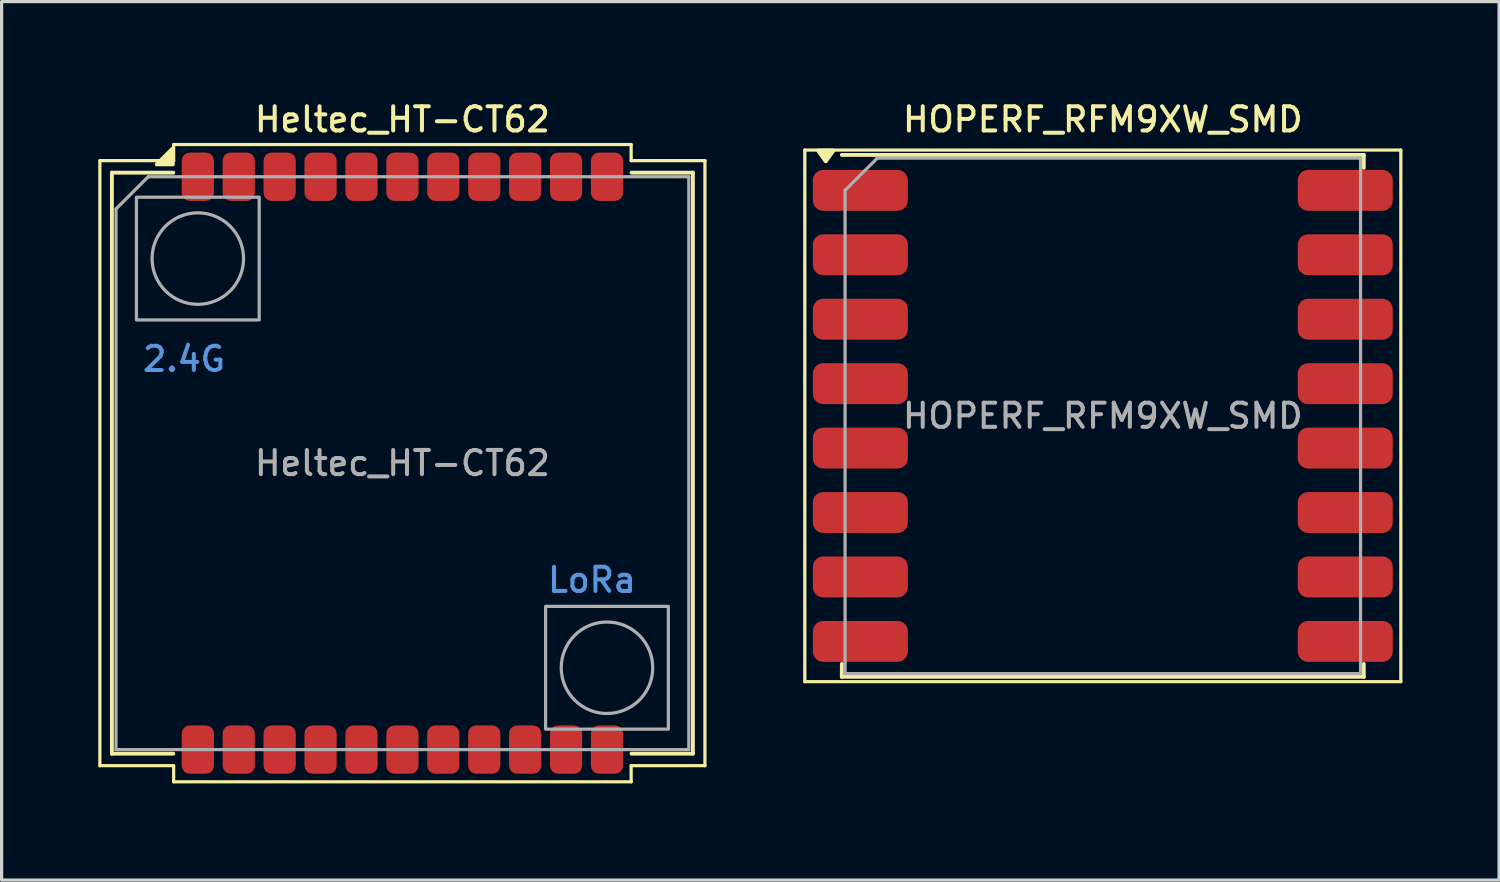
<source format=kicad_pcb>
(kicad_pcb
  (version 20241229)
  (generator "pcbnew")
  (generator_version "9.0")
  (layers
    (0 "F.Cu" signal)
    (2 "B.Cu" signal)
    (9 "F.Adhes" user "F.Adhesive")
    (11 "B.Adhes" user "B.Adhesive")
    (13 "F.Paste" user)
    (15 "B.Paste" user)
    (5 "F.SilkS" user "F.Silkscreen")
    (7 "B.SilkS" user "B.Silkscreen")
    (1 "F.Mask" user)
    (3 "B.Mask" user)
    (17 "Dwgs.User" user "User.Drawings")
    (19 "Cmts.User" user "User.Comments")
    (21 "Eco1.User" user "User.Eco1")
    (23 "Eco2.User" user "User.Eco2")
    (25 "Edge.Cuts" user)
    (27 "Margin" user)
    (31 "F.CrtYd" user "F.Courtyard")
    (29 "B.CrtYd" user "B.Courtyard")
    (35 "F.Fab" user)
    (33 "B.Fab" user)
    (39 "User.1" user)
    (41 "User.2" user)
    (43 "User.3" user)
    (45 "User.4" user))
  (footprint "Heltec_HT-CT62"
    (layer "F.Cu")
    (at 9.44 11.326)
    (property "Reference" "Heltec_HT-CT62" (at 0 -10.668 0) (layer "F.SilkS") (effects (font (size 0.75 0.75) (thickness 0.125))))
    (attr smd)
    (fp_line (start -9.39 -9.39) (end -7.1 -9.39) (stroke (width 0.1) (type default)) (layer "F.SilkS"))
    (fp_line (start -9.39 9.39) (end -9.39 -9.39) (stroke (width 0.1) (type default)) (layer "F.SilkS"))
    (fp_line (start -9.017 -9.017) (end -9.017 9.017) (stroke (width 0.12) (type default)) (layer "F.SilkS"))
    (fp_line (start -9.017 9.017) (end -7.112 9.017) (stroke (width 0.12) (type default)) (layer "F.SilkS"))
    (fp_line (start -7.112 -9.017) (end -9.017 -9.017) (stroke (width 0.12) (type default)) (layer "F.SilkS"))
    (fp_line (start -7.1 -9.89) (end 7.1 -9.89) (stroke (width 0.1) (type default)) (layer "F.SilkS"))
    (fp_line (start -7.1 -9.39) (end -7.1 -9.89) (stroke (width 0.1) (type default)) (layer "F.SilkS"))
    (fp_line (start -7.1 9.39) (end -9.39 9.39) (stroke (width 0.1) (type default)) (layer "F.SilkS"))
    (fp_line (start -7.1 9.89) (end -7.1 9.39) (stroke (width 0.1) (type default)) (layer "F.SilkS"))
    (fp_line (start 7.1 -9.89) (end 7.1 -9.39) (stroke (width 0.1) (type default)) (layer "F.SilkS"))
    (fp_line (start 7.1 -9.39) (end 9.39 -9.39) (stroke (width 0.1) (type default)) (layer "F.SilkS"))
    (fp_line (start 7.1 9.39) (end 7.1 9.89) (stroke (width 0.1) (type default)) (layer "F.SilkS"))
    (fp_line (start 7.1 9.89) (end -7.1 9.89) (stroke (width 0.1) (type default)) (layer "F.SilkS"))
    (fp_line (start 7.112 -9.017) (end 9.017 -9.017) (stroke (width 0.12) (type default)) (layer "F.SilkS"))
    (fp_line (start 9.017 -9.017) (end 9.017 9.017) (stroke (width 0.12) (type default)) (layer "F.SilkS"))
    (fp_line (start 9.017 9.017) (end 7.112 9.017) (stroke (width 0.12) (type default)) (layer "F.SilkS"))
    (fp_line (start 9.39 -9.39) (end 9.39 9.39) (stroke (width 0.1) (type default)) (layer "F.SilkS"))
    (fp_line (start 9.39 9.39) (end 7.1 9.39) (stroke (width 0.1) (type default)) (layer "F.SilkS"))
    (fp_poly (pts (xy -7.125 -9.275) (xy -7.625 -9.275) (xy -7.125 -9.775) (xy -7.125 -9.275)) (stroke (width 0.12) (type solid)) (fill yes) (layer "F.SilkS"))
    (fp_line (start -8.89 -7.89) (end -8.89 8.89) (stroke (width 0.1) (type default)) (layer "F.Fab"))
    (fp_line (start -7.89 -8.89) (end -8.89 -7.89) (stroke (width 0.1) (type default)) (layer "F.Fab"))
    (fp_line (start -7.89 -8.89) (end 8.89 -8.89) (stroke (width 0.1) (type default)) (layer "F.Fab"))
    (fp_line (start 8.89 -8.89) (end 8.89 8.89) (stroke (width 0.1) (type default)) (layer "F.Fab"))
    (fp_line (start 8.89 8.89) (end -8.89 8.89) (stroke (width 0.1) (type default)) (layer "F.Fab"))
    (fp_rect (start -8.255 -8.255) (end -4.445 -4.445) (stroke (width 0.1) (type default)) (fill no) (layer "F.Fab"))
    (fp_rect (start 8.255 4.445) (end 4.445 8.255) (stroke (width 0.1) (type default)) (fill no) (layer "F.Fab"))
    (fp_circle (center -6.35 -6.35) (end -6.985 -5.08) (stroke (width 0.1) (type default)) (fill no) (layer "F.Fab"))
    (fp_circle (center 6.35 6.35) (end 5.715 7.62) (stroke (width 0.1) (type default)) (fill no) (layer "F.Fab"))
    (fp_text user "2.4G" (at -8.128 -2.794 0) (unlocked yes) (layer "Cmts.User") (effects (font (size 0.75 0.75) (thickness 0.125)) (justify left bottom)))
    (fp_text user "LoRa" (at 4.445 4.064 0) (unlocked yes) (layer "Cmts.User") (effects (font (size 0.75 0.75) (thickness 0.125)) (justify left bottom)))
    (fp_text user "${REFERENCE}" (at 0 0 0) (layer "F.Fab") (effects (font (size 0.75 0.75) (thickness 0.125))))
    (pad "1" smd roundrect (at -6.35 -8.89) (size 1 1.5) (layers "F.Cu" "F.Mask" "F.Paste") (roundrect_rratio 0.25))
    (pad "2" smd roundrect (at -5.08 -8.89) (size 1 1.5) (layers "F.Cu" "F.Mask" "F.Paste") (roundrect_rratio 0.25))
    (pad "3" smd roundrect (at -3.81 -8.89) (size 1 1.5) (layers "F.Cu" "F.Mask" "F.Paste") (roundrect_rratio 0.25))
    (pad "4" smd roundrect (at -2.54 -8.89) (size 1 1.5) (layers "F.Cu" "F.Mask" "F.Paste") (roundrect_rratio 0.25))
    (pad "5" smd roundrect (at -1.27 -8.89) (size 1 1.5) (layers "F.Cu" "F.Mask" "F.Paste") (roundrect_rratio 0.25))
    (pad "6" smd roundrect (at 0 -8.89) (size 1 1.5) (layers "F.Cu" "F.Mask" "F.Paste") (roundrect_rratio 0.25))
    (pad "7" smd roundrect (at 1.27 -8.89) (size 1 1.5) (layers "F.Cu" "F.Mask" "F.Paste") (roundrect_rratio 0.25))
    (pad "8" smd roundrect (at 2.54 -8.89) (size 1 1.5) (layers "F.Cu" "F.Mask" "F.Paste") (roundrect_rratio 0.25))
    (pad "9" smd roundrect (at 3.81 -8.89) (size 1 1.5) (layers "F.Cu" "F.Mask" "F.Paste") (roundrect_rratio 0.25))
    (pad "10" smd roundrect (at 5.08 -8.89) (size 1 1.5) (layers "F.Cu" "F.Mask" "F.Paste") (roundrect_rratio 0.25))
    (pad "11" smd roundrect (at 6.35 -8.89) (size 1 1.5) (layers "F.Cu" "F.Mask" "F.Paste") (roundrect_rratio 0.25))
    (pad "12" smd roundrect (at -6.35 8.89) (size 1 1.5) (layers "F.Cu" "F.Mask" "F.Paste") (roundrect_rratio 0.25))
    (pad "13" smd roundrect (at -5.08 8.89) (size 1 1.5) (layers "F.Cu" "F.Mask" "F.Paste") (roundrect_rratio 0.25))
    (pad "14" smd roundrect (at -3.81 8.89) (size 1 1.5) (layers "F.Cu" "F.Mask" "F.Paste") (roundrect_rratio 0.25))
    (pad "15" smd roundrect (at -2.54 8.89) (size 1 1.5) (layers "F.Cu" "F.Mask" "F.Paste") (roundrect_rratio 0.25))
    (pad "16" smd roundrect (at -1.27 8.89) (size 1 1.5) (layers "F.Cu" "F.Mask" "F.Paste") (roundrect_rratio 0.25))
    (pad "17" smd roundrect (at 0 8.89) (size 1 1.5) (layers "F.Cu" "F.Mask" "F.Paste") (roundrect_rratio 0.25))
    (pad "18" smd roundrect (at 1.27 8.89) (size 1 1.5) (layers "F.Cu" "F.Mask" "F.Paste") (roundrect_rratio 0.25))
    (pad "19" smd roundrect (at 2.54 8.89) (size 1 1.5) (layers "F.Cu" "F.Mask" "F.Paste") (roundrect_rratio 0.25))
    (pad "20" smd roundrect (at 3.81 8.89) (size 1 1.5) (layers "F.Cu" "F.Mask" "F.Paste") (roundrect_rratio 0.25))
    (pad "21" smd roundrect (at 5.08 8.89) (size 1 1.5) (layers "F.Cu" "F.Mask" "F.Paste") (roundrect_rratio 0.25))
    (pad "22" smd roundrect (at 6.35 8.89) (size 1 1.5) (layers "F.Cu" "F.Mask" "F.Paste") (roundrect_rratio 0.25)))
  (footprint "HOPERF_RFM9XW_SMD"
    (layer "F.Cu")
    (at 31.18 9.858)
    (property "Reference" "HOPERF_RFM9XW_SMD" (at 0 -9.2 0) (layer "F.SilkS") (effects (font (size 0.75 0.75) (thickness 0.125))))
    (attr smd)
    (fp_line (start -9.25 -8.25) (end 9.25 -8.25) (stroke (width 0.1) (type solid)) (layer "F.SilkS"))
    (fp_line (start -9.25 8.25) (end -9.25 -8.25) (stroke (width 0.1) (type solid)) (layer "F.SilkS"))
    (fp_line (start -9.25 8.25) (end 9.25 8.25) (stroke (width 0.1) (type solid)) (layer "F.SilkS"))
    (fp_line (start -8.1 -8.1) (end 8.1 -8.1) (stroke (width 0.12) (type solid)) (layer "F.SilkS"))
    (fp_line (start -8.1 7.7) (end -8.1 8.1) (stroke (width 0.12) (type solid)) (layer "F.SilkS"))
    (fp_line (start -8.1 8.1) (end 8.1 8.1) (stroke (width 0.12) (type solid)) (layer "F.SilkS"))
    (fp_line (start 8.1 -8.1) (end 8.1 -7.7) (stroke (width 0.12) (type solid)) (layer "F.SilkS"))
    (fp_line (start 8.1 8.1) (end 8.1 7.7) (stroke (width 0.12) (type solid)) (layer "F.SilkS"))
    (fp_line (start 9.25 -8.25) (end 9.25 8.25) (stroke (width 0.1) (type solid)) (layer "F.SilkS"))
    (fp_poly (pts (xy -8.6 -7.9) (xy -8.84 -8.236) (xy -8.36 -8.236) (xy -8.6 -7.9)) (stroke (width 0.12) (type solid)) (fill yes) (layer "F.SilkS"))
    (fp_line (start -8 8) (end -8 -7) (stroke (width 0.1) (type solid)) (layer "F.Fab"))
    (fp_line (start -8 8) (end 8 8) (stroke (width 0.1) (type solid)) (layer "F.Fab"))
    (fp_line (start -7 -8) (end -8 -7) (stroke (width 0.1) (type solid)) (layer "F.Fab"))
    (fp_line (start -7 -8) (end 8 -8) (stroke (width 0.1) (type solid)) (layer "F.Fab"))
    (fp_line (start 8 8) (end 8 -8) (stroke (width 0.1) (type solid)) (layer "F.Fab"))
    (fp_text user "${REFERENCE}" (at 0 0 0) (layer "F.Fab") (effects (font (size 0.75 0.75) (thickness 0.125))))
    (pad "1" smd roundrect (at -7.525 -7) (size 2.95 1.27) (layers "F.Cu" "F.Mask" "F.Paste") (roundrect_rratio 0.25))
    (pad "2" smd roundrect (at -7.525 -5) (size 2.95 1.27) (layers "F.Cu" "F.Mask" "F.Paste") (roundrect_rratio 0.25))
    (pad "3" smd roundrect (at -7.525 -3) (size 2.95 1.27) (layers "F.Cu" "F.Mask" "F.Paste") (roundrect_rratio 0.25))
    (pad "4" smd roundrect (at -7.525 -1) (size 2.95 1.27) (layers "F.Cu" "F.Mask" "F.Paste") (roundrect_rratio 0.25))
    (pad "5" smd roundrect (at -7.525 1) (size 2.95 1.27) (layers "F.Cu" "F.Mask" "F.Paste") (roundrect_rratio 0.25))
    (pad "6" smd roundrect (at -7.525 3) (size 2.95 1.27) (layers "F.Cu" "F.Mask" "F.Paste") (roundrect_rratio 0.25))
    (pad "7" smd roundrect (at -7.525 5) (size 2.95 1.27) (layers "F.Cu" "F.Mask" "F.Paste") (roundrect_rratio 0.25))
    (pad "8" smd roundrect (at -7.525 7) (size 2.95 1.27) (layers "F.Cu" "F.Mask" "F.Paste") (roundrect_rratio 0.25))
    (pad "9" smd roundrect (at 7.525 7) (size 2.95 1.27) (layers "F.Cu" "F.Mask" "F.Paste") (roundrect_rratio 0.25))
    (pad "10" smd roundrect (at 7.525 5) (size 2.95 1.27) (layers "F.Cu" "F.Mask" "F.Paste") (roundrect_rratio 0.25))
    (pad "11" smd roundrect (at 7.525 3) (size 2.95 1.27) (layers "F.Cu" "F.Mask" "F.Paste") (roundrect_rratio 0.25))
    (pad "12" smd roundrect (at 7.525 1) (size 2.95 1.27) (layers "F.Cu" "F.Mask" "F.Paste") (roundrect_rratio 0.25))
    (pad "13" smd roundrect (at 7.525 -1) (size 2.95 1.27) (layers "F.Cu" "F.Mask" "F.Paste") (roundrect_rratio 0.25))
    (pad "14" smd roundrect (at 7.525 -3) (size 2.95 1.27) (layers "F.Cu" "F.Mask" "F.Paste") (roundrect_rratio 0.25))
    (pad "15" smd roundrect (at 7.525 -5) (size 2.95 1.27) (layers "F.Cu" "F.Mask" "F.Paste") (roundrect_rratio 0.25))
    (pad "16" smd roundrect (at 7.525 -7) (size 2.95 1.27) (layers "F.Cu" "F.Mask" "F.Paste") (roundrect_rratio 0.25)))
  (gr_rect
    (start -3 -3)
    (end 43.48 24.266)
    (stroke (width 0.1) (type default))
    (fill no)
    (layer "Edge.Cuts")))
</source>
